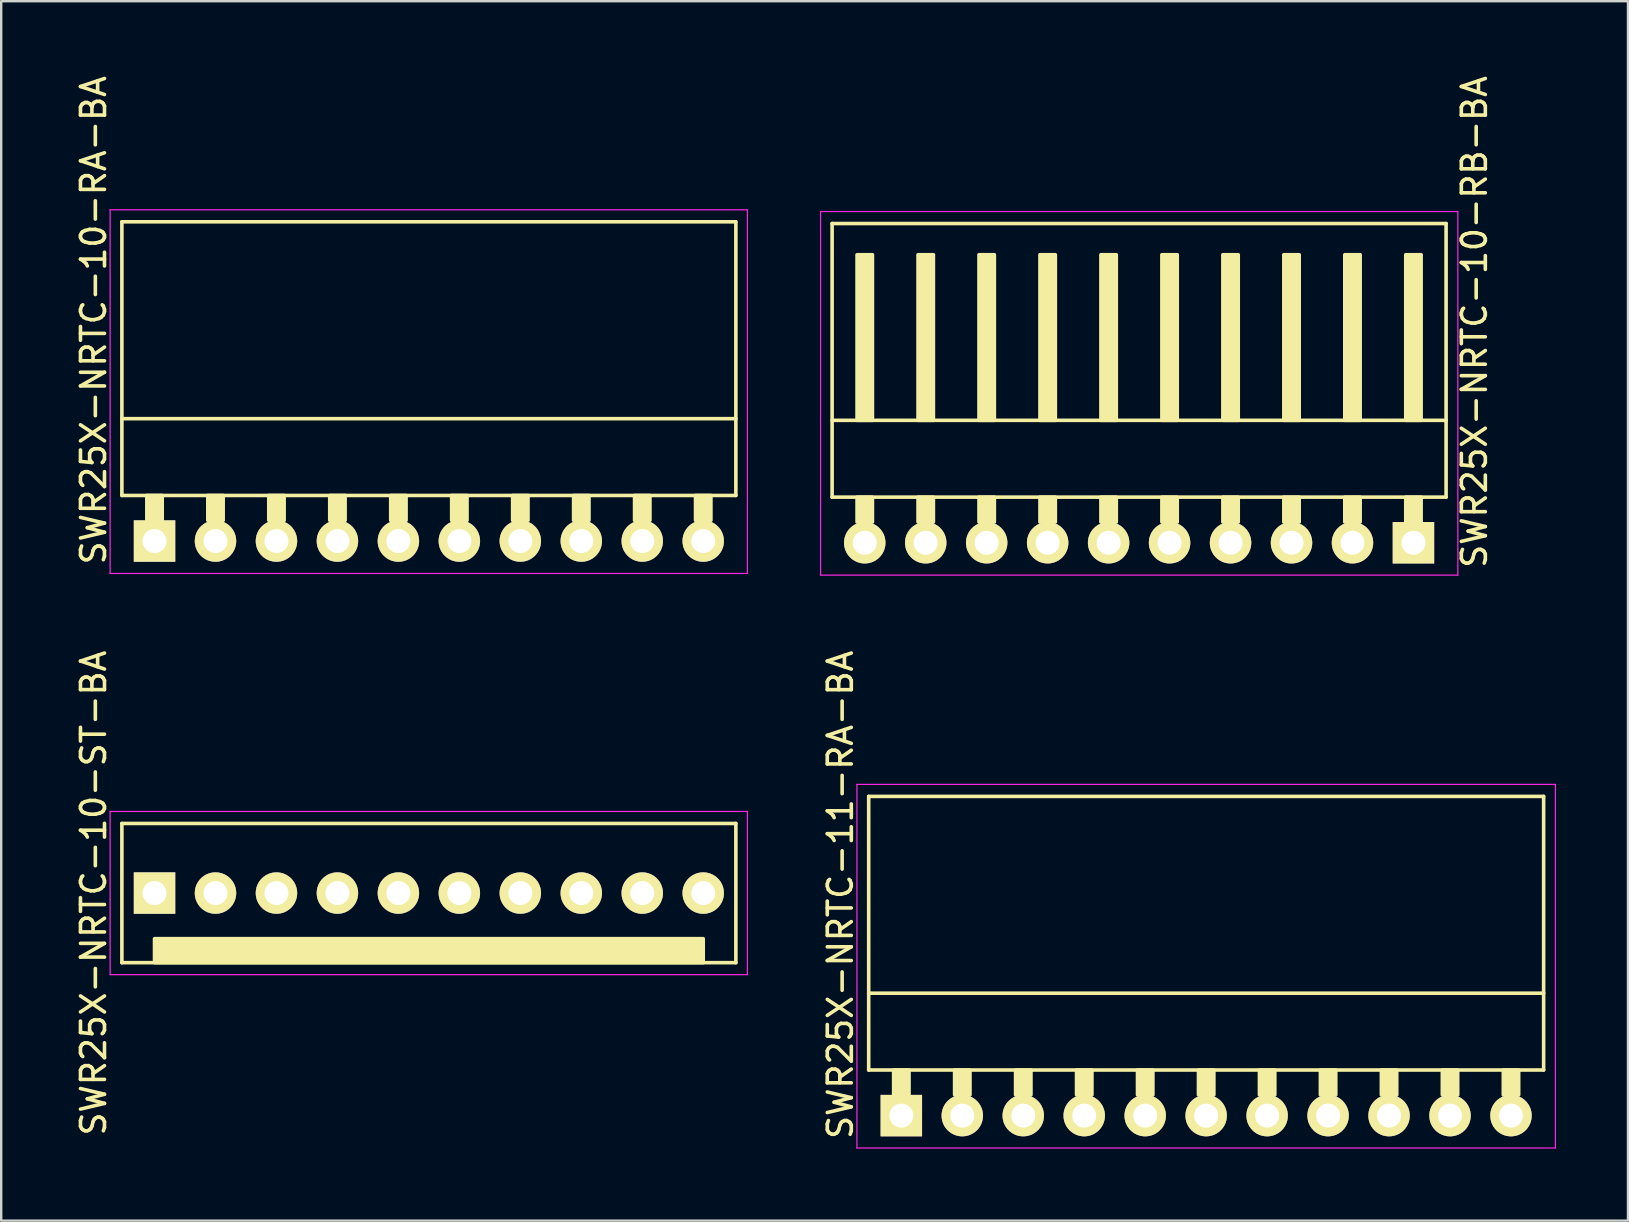
<source format=kicad_pcb>
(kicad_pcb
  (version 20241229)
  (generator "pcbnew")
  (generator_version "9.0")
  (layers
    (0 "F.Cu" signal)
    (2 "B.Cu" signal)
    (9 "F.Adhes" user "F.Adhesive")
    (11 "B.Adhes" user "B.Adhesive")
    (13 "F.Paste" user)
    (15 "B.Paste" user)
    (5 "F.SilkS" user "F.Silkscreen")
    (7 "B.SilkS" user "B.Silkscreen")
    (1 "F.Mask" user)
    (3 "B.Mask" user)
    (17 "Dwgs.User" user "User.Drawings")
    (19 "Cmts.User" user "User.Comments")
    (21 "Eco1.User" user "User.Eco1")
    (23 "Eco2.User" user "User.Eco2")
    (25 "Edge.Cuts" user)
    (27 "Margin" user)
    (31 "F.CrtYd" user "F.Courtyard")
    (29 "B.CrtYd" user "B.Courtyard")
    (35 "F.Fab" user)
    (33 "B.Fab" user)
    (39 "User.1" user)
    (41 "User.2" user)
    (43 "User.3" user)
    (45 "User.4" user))
  (footprint "SWR25X-NRTC-10-ST-BA"
    (layer "F.Cu")
    (at 3.388 34.158)
    (property "Reference" "SWR25X-NRTC-10-ST-BA" (at -2.54 0 270) (layer "F.SilkS") (effects (font (size 1 1) (thickness 0.15))))
    (attr through_hole)
    (fp_line (start -1.36 -2.9) (end 24.22 -2.9) (stroke (width 0.15) (type solid)) (layer "F.SilkS"))
    (fp_line (start -1.36 2.9) (end -1.36 -2.9) (stroke (width 0.15) (type solid)) (layer "F.SilkS"))
    (fp_line (start -1.36 2.9) (end 24.22 2.9) (stroke (width 0.15) (type solid)) (layer "F.SilkS"))
    (fp_line (start 24.22 2.9) (end 24.22 -2.9) (stroke (width 0.15) (type solid)) (layer "F.SilkS"))
    (fp_poly (pts (xy 22.86 2.9) (xy 0 2.9) (xy 0 1.9) (xy 22.86 1.9)) (stroke (width 0.15) (type solid)) (fill yes) (layer "F.SilkS"))
    (fp_line (start -1.85 -3.4) (end 24.7 -3.4) (stroke (width 0.05) (type solid)) (layer "F.CrtYd"))
    (fp_line (start -1.85 3.4) (end -1.85 -3.4) (stroke (width 0.05) (type solid)) (layer "F.CrtYd"))
    (fp_line (start -1.85 3.4) (end 24.7 3.4) (stroke (width 0.05) (type solid)) (layer "F.CrtYd"))
    (fp_line (start 24.7 3.4) (end 24.7 -3.4) (stroke (width 0.05) (type solid)) (layer "F.CrtYd"))
    (pad "1" thru_hole rect (at 0 0) (size 1.727 1.727) (drill 1) (layers "*.Cu" "*.Mask" "F.SilkS"))
    (pad "2" thru_hole circle (at 2.54 0) (size 1.727 1.727) (drill 1) (layers "*.Cu" "*.Mask" "F.SilkS"))
    (pad "3" thru_hole circle (at 5.08 0) (size 1.727 1.727) (drill 1) (layers "*.Cu" "*.Mask" "F.SilkS"))
    (pad "4" thru_hole circle (at 7.62 0) (size 1.727 1.727) (drill 1) (layers "*.Cu" "*.Mask" "F.SilkS"))
    (pad "5" thru_hole circle (at 10.16 0) (size 1.727 1.727) (drill 1) (layers "*.Cu" "*.Mask" "F.SilkS"))
    (pad "6" thru_hole circle (at 12.7 0) (size 1.727 1.727) (drill 1) (layers "*.Cu" "*.Mask" "F.SilkS"))
    (pad "7" thru_hole circle (at 15.24 0) (size 1.727 1.727) (drill 1) (layers "*.Cu" "*.Mask" "F.SilkS"))
    (pad "8" thru_hole circle (at 17.78 0) (size 1.727 1.727) (drill 1) (layers "*.Cu" "*.Mask" "F.SilkS"))
    (pad "9" thru_hole circle (at 20.32 0) (size 1.727 1.727) (drill 1) (layers "*.Cu" "*.Mask" "F.SilkS"))
    (pad "10" thru_hole circle (at 22.86 0) (size 1.727 1.727) (drill 1) (layers "*.Cu" "*.Mask" "F.SilkS")))
  (footprint "SWR25X-NRTC-10-RA-BA"
    (layer "F.Cu")
    (at 3.388 19.492)
    (property "Reference" "SWR25X-NRTC-10-RA-BA" (at -2.54 -9.2 270) (layer "F.SilkS") (effects (font (size 1 1) (thickness 0.15))))
    (attr through_hole)
    (fp_line (start -1.36 -13.3) (end -1.36 -1.9) (stroke (width 0.15) (type solid)) (layer "F.SilkS"))
    (fp_line (start -1.36 -13.3) (end 24.22 -13.3) (stroke (width 0.15) (type solid)) (layer "F.SilkS"))
    (fp_line (start -1.36 -5.1) (end 24.22 -5.1) (stroke (width 0.15) (type solid)) (layer "F.SilkS"))
    (fp_line (start -1.36 -1.9) (end 24.22 -1.9) (stroke (width 0.15) (type solid)) (layer "F.SilkS"))
    (fp_line (start 24.22 -13.3) (end 24.22 -1.9) (stroke (width 0.15) (type solid)) (layer "F.SilkS"))
    (fp_poly (pts (xy 0.32 -1.9) (xy -0.32 -1.9) (xy -0.32 -0.864) (xy 0.32 -0.864)) (stroke (width 0.15) (type solid)) (fill yes) (layer "F.SilkS"))
    (fp_poly (pts (xy 2.86 -1.9) (xy 2.22 -1.9) (xy 2.22 -0.864) (xy 2.86 -0.864)) (stroke (width 0.15) (type solid)) (fill yes) (layer "F.SilkS"))
    (fp_poly (pts (xy 5.4 -1.9) (xy 4.76 -1.9) (xy 4.76 -0.864) (xy 5.4 -0.864)) (stroke (width 0.15) (type solid)) (fill yes) (layer "F.SilkS"))
    (fp_poly (pts (xy 7.94 -1.9) (xy 7.3 -1.9) (xy 7.3 -0.864) (xy 7.94 -0.864)) (stroke (width 0.15) (type solid)) (fill yes) (layer "F.SilkS"))
    (fp_poly (pts (xy 10.48 -1.9) (xy 9.84 -1.9) (xy 9.84 -0.864) (xy 10.48 -0.864)) (stroke (width 0.15) (type solid)) (fill yes) (layer "F.SilkS"))
    (fp_poly (pts (xy 13.02 -1.9) (xy 12.38 -1.9) (xy 12.38 -0.864) (xy 13.02 -0.864)) (stroke (width 0.15) (type solid)) (fill yes) (layer "F.SilkS"))
    (fp_poly (pts (xy 15.56 -1.9) (xy 14.92 -1.9) (xy 14.92 -0.864) (xy 15.56 -0.864)) (stroke (width 0.15) (type solid)) (fill yes) (layer "F.SilkS"))
    (fp_poly (pts (xy 18.1 -1.9) (xy 17.46 -1.9) (xy 17.46 -0.864) (xy 18.1 -0.864)) (stroke (width 0.15) (type solid)) (fill yes) (layer "F.SilkS"))
    (fp_poly (pts (xy 20.64 -1.9) (xy 20 -1.9) (xy 20 -0.864) (xy 20.64 -0.864)) (stroke (width 0.15) (type solid)) (fill yes) (layer "F.SilkS"))
    (fp_poly (pts (xy 23.18 -1.9) (xy 22.54 -1.9) (xy 22.54 -0.864) (xy 23.18 -0.864)) (stroke (width 0.15) (type solid)) (fill yes) (layer "F.SilkS"))
    (fp_line (start -1.85 -13.8) (end -1.85 1.35) (stroke (width 0.05) (type solid)) (layer "F.CrtYd"))
    (fp_line (start -1.85 -13.8) (end 24.7 -13.8) (stroke (width 0.05) (type solid)) (layer "F.CrtYd"))
    (fp_line (start -1.85 1.35) (end 24.7 1.35) (stroke (width 0.05) (type solid)) (layer "F.CrtYd"))
    (fp_line (start 24.7 -13.8) (end 24.7 1.35) (stroke (width 0.05) (type solid)) (layer "F.CrtYd"))
    (pad "1" thru_hole rect (at 0 0) (size 1.727 1.727) (drill 1) (layers "*.Cu" "*.Mask" "F.SilkS"))
    (pad "2" thru_hole circle (at 2.54 0) (size 1.727 1.727) (drill 1) (layers "*.Cu" "*.Mask" "F.SilkS"))
    (pad "3" thru_hole circle (at 5.08 0) (size 1.727 1.727) (drill 1) (layers "*.Cu" "*.Mask" "F.SilkS"))
    (pad "4" thru_hole circle (at 7.62 0) (size 1.727 1.727) (drill 1) (layers "*.Cu" "*.Mask" "F.SilkS"))
    (pad "5" thru_hole circle (at 10.16 0) (size 1.727 1.727) (drill 1) (layers "*.Cu" "*.Mask" "F.SilkS"))
    (pad "6" thru_hole circle (at 12.7 0) (size 1.727 1.727) (drill 1) (layers "*.Cu" "*.Mask" "F.SilkS"))
    (pad "7" thru_hole circle (at 15.24 0) (size 1.727 1.727) (drill 1) (layers "*.Cu" "*.Mask" "F.SilkS"))
    (pad "8" thru_hole circle (at 17.78 0) (size 1.727 1.727) (drill 1) (layers "*.Cu" "*.Mask" "F.SilkS"))
    (pad "9" thru_hole circle (at 20.32 0) (size 1.727 1.727) (drill 1) (layers "*.Cu" "*.Mask" "F.SilkS"))
    (pad "10" thru_hole circle (at 22.86 0) (size 1.727 1.727) (drill 1) (layers "*.Cu" "*.Mask" "F.SilkS")))
  (footprint "SWR25X-NRTC-11-RA-BA"
    (layer "F.Cu")
    (at 34.502 43.43)
    (property "Reference" "SWR25X-NRTC-11-RA-BA" (at -2.54 -9.2 270) (layer "F.SilkS") (effects (font (size 1 1) (thickness 0.15))))
    (attr through_hole)
    (fp_line (start -1.36 -13.3) (end -1.36 -1.9) (stroke (width 0.15) (type solid)) (layer "F.SilkS"))
    (fp_line (start -1.36 -13.3) (end 26.76 -13.3) (stroke (width 0.15) (type solid)) (layer "F.SilkS"))
    (fp_line (start -1.36 -5.1) (end 26.76 -5.1) (stroke (width 0.15) (type solid)) (layer "F.SilkS"))
    (fp_line (start -1.36 -1.9) (end 26.76 -1.9) (stroke (width 0.15) (type solid)) (layer "F.SilkS"))
    (fp_line (start 26.76 -13.3) (end 26.76 -1.9) (stroke (width 0.15) (type solid)) (layer "F.SilkS"))
    (fp_poly (pts (xy 0.32 -1.9) (xy -0.32 -1.9) (xy -0.32 -0.864) (xy 0.32 -0.864)) (stroke (width 0.15) (type solid)) (fill yes) (layer "F.SilkS"))
    (fp_poly (pts (xy 2.86 -1.9) (xy 2.22 -1.9) (xy 2.22 -0.864) (xy 2.86 -0.864)) (stroke (width 0.15) (type solid)) (fill yes) (layer "F.SilkS"))
    (fp_poly (pts (xy 5.4 -1.9) (xy 4.76 -1.9) (xy 4.76 -0.864) (xy 5.4 -0.864)) (stroke (width 0.15) (type solid)) (fill yes) (layer "F.SilkS"))
    (fp_poly (pts (xy 7.94 -1.9) (xy 7.3 -1.9) (xy 7.3 -0.864) (xy 7.94 -0.864)) (stroke (width 0.15) (type solid)) (fill yes) (layer "F.SilkS"))
    (fp_poly (pts (xy 10.48 -1.9) (xy 9.84 -1.9) (xy 9.84 -0.864) (xy 10.48 -0.864)) (stroke (width 0.15) (type solid)) (fill yes) (layer "F.SilkS"))
    (fp_poly (pts (xy 13.02 -1.9) (xy 12.38 -1.9) (xy 12.38 -0.864) (xy 13.02 -0.864)) (stroke (width 0.15) (type solid)) (fill yes) (layer "F.SilkS"))
    (fp_poly (pts (xy 15.56 -1.9) (xy 14.92 -1.9) (xy 14.92 -0.864) (xy 15.56 -0.864)) (stroke (width 0.15) (type solid)) (fill yes) (layer "F.SilkS"))
    (fp_poly (pts (xy 18.1 -1.9) (xy 17.46 -1.9) (xy 17.46 -0.864) (xy 18.1 -0.864)) (stroke (width 0.15) (type solid)) (fill yes) (layer "F.SilkS"))
    (fp_poly (pts (xy 20.64 -1.9) (xy 20 -1.9) (xy 20 -0.864) (xy 20.64 -0.864)) (stroke (width 0.15) (type solid)) (fill yes) (layer "F.SilkS"))
    (fp_poly (pts (xy 23.18 -1.9) (xy 22.54 -1.9) (xy 22.54 -0.864) (xy 23.18 -0.864)) (stroke (width 0.15) (type solid)) (fill yes) (layer "F.SilkS"))
    (fp_poly (pts (xy 25.72 -1.9) (xy 25.08 -1.9) (xy 25.08 -0.864) (xy 25.72 -0.864)) (stroke (width 0.15) (type solid)) (fill yes) (layer "F.SilkS"))
    (fp_line (start -1.85 -13.8) (end -1.85 1.35) (stroke (width 0.05) (type solid)) (layer "F.CrtYd"))
    (fp_line (start -1.85 -13.8) (end 27.25 -13.8) (stroke (width 0.05) (type solid)) (layer "F.CrtYd"))
    (fp_line (start -1.85 1.35) (end 27.25 1.35) (stroke (width 0.05) (type solid)) (layer "F.CrtYd"))
    (fp_line (start 27.25 -13.8) (end 27.25 1.35) (stroke (width 0.05) (type solid)) (layer "F.CrtYd"))
    (pad "1" thru_hole rect (at 0 0) (size 1.727 1.727) (drill 1) (layers "*.Cu" "*.Mask" "F.SilkS"))
    (pad "2" thru_hole circle (at 2.54 0) (size 1.727 1.727) (drill 1) (layers "*.Cu" "*.Mask" "F.SilkS"))
    (pad "3" thru_hole circle (at 5.08 0) (size 1.727 1.727) (drill 1) (layers "*.Cu" "*.Mask" "F.SilkS"))
    (pad "4" thru_hole circle (at 7.62 0) (size 1.727 1.727) (drill 1) (layers "*.Cu" "*.Mask" "F.SilkS"))
    (pad "5" thru_hole circle (at 10.16 0) (size 1.727 1.727) (drill 1) (layers "*.Cu" "*.Mask" "F.SilkS"))
    (pad "6" thru_hole circle (at 12.7 0) (size 1.727 1.727) (drill 1) (layers "*.Cu" "*.Mask" "F.SilkS"))
    (pad "7" thru_hole circle (at 15.24 0) (size 1.727 1.727) (drill 1) (layers "*.Cu" "*.Mask" "F.SilkS"))
    (pad "8" thru_hole circle (at 17.78 0) (size 1.727 1.727) (drill 1) (layers "*.Cu" "*.Mask" "F.SilkS"))
    (pad "9" thru_hole circle (at 20.32 0) (size 1.727 1.727) (drill 1) (layers "*.Cu" "*.Mask" "F.SilkS"))
    (pad "10" thru_hole circle (at 22.86 0) (size 1.727 1.727) (drill 1) (layers "*.Cu" "*.Mask" "F.SilkS"))
    (pad "11" thru_hole circle (at 25.4 0) (size 1.727 1.727) (drill 1) (layers "*.Cu" "*.Mask" "F.SilkS")))
  (footprint "SWR25X-NRTC-10-RB-BA"
    (layer "F.Cu")
    (at 55.838 19.563)
    (property "Reference" "SWR25X-NRTC-10-RB-BA" (at 2.54 -9.2 270) (layer "F.SilkS") (effects (font (size 1 1) (thickness 0.15))))
    (attr through_hole)
    (fp_line (start -24.22 -13.3) (end -24.22 -1.9) (stroke (width 0.15) (type solid)) (layer "F.SilkS"))
    (fp_line (start 1.36 -13.3) (end -24.22 -13.3) (stroke (width 0.15) (type solid)) (layer "F.SilkS"))
    (fp_line (start 1.36 -13.3) (end 1.36 -1.9) (stroke (width 0.15) (type solid)) (layer "F.SilkS"))
    (fp_line (start 1.36 -5.1) (end -24.22 -5.1) (stroke (width 0.15) (type solid)) (layer "F.SilkS"))
    (fp_line (start 1.36 -1.9) (end -24.22 -1.9) (stroke (width 0.15) (type solid)) (layer "F.SilkS"))
    (fp_poly (pts (xy -22.54 -5.1) (xy -23.18 -5.1) (xy -23.18 -12) (xy -22.54 -12)) (stroke (width 0.15) (type solid)) (fill yes) (layer "F.SilkS"))
    (fp_poly (pts (xy -22.54 -1.9) (xy -23.18 -1.9) (xy -23.18 -0.864) (xy -22.54 -0.864)) (stroke (width 0.15) (type solid)) (fill yes) (layer "F.SilkS"))
    (fp_poly (pts (xy -20 -5.1) (xy -20.64 -5.1) (xy -20.64 -12) (xy -20 -12)) (stroke (width 0.15) (type solid)) (fill yes) (layer "F.SilkS"))
    (fp_poly (pts (xy -20 -1.9) (xy -20.64 -1.9) (xy -20.64 -0.864) (xy -20 -0.864)) (stroke (width 0.15) (type solid)) (fill yes) (layer "F.SilkS"))
    (fp_poly (pts (xy -17.46 -5.1) (xy -18.1 -5.1) (xy -18.1 -12) (xy -17.46 -12)) (stroke (width 0.15) (type solid)) (fill yes) (layer "F.SilkS"))
    (fp_poly (pts (xy -17.46 -1.9) (xy -18.1 -1.9) (xy -18.1 -0.864) (xy -17.46 -0.864)) (stroke (width 0.15) (type solid)) (fill yes) (layer "F.SilkS"))
    (fp_poly (pts (xy -14.92 -5.1) (xy -15.56 -5.1) (xy -15.56 -12) (xy -14.92 -12)) (stroke (width 0.15) (type solid)) (fill yes) (layer "F.SilkS"))
    (fp_poly (pts (xy -14.92 -1.9) (xy -15.56 -1.9) (xy -15.56 -0.864) (xy -14.92 -0.864)) (stroke (width 0.15) (type solid)) (fill yes) (layer "F.SilkS"))
    (fp_poly (pts (xy -12.38 -5.1) (xy -13.02 -5.1) (xy -13.02 -12) (xy -12.38 -12)) (stroke (width 0.15) (type solid)) (fill yes) (layer "F.SilkS"))
    (fp_poly (pts (xy -12.38 -1.9) (xy -13.02 -1.9) (xy -13.02 -0.864) (xy -12.38 -0.864)) (stroke (width 0.15) (type solid)) (fill yes) (layer "F.SilkS"))
    (fp_poly (pts (xy -9.84 -5.1) (xy -10.48 -5.1) (xy -10.48 -12) (xy -9.84 -12)) (stroke (width 0.15) (type solid)) (fill yes) (layer "F.SilkS"))
    (fp_poly (pts (xy -9.84 -1.9) (xy -10.48 -1.9) (xy -10.48 -0.864) (xy -9.84 -0.864)) (stroke (width 0.15) (type solid)) (fill yes) (layer "F.SilkS"))
    (fp_poly (pts (xy -7.3 -5.1) (xy -7.94 -5.1) (xy -7.94 -12) (xy -7.3 -12)) (stroke (width 0.15) (type solid)) (fill yes) (layer "F.SilkS"))
    (fp_poly (pts (xy -7.3 -1.9) (xy -7.94 -1.9) (xy -7.94 -0.864) (xy -7.3 -0.864)) (stroke (width 0.15) (type solid)) (fill yes) (layer "F.SilkS"))
    (fp_poly (pts (xy -4.76 -5.1) (xy -5.4 -5.1) (xy -5.4 -12) (xy -4.76 -12)) (stroke (width 0.15) (type solid)) (fill yes) (layer "F.SilkS"))
    (fp_poly (pts (xy -4.76 -1.9) (xy -5.4 -1.9) (xy -5.4 -0.864) (xy -4.76 -0.864)) (stroke (width 0.15) (type solid)) (fill yes) (layer "F.SilkS"))
    (fp_poly (pts (xy -2.22 -5.1) (xy -2.86 -5.1) (xy -2.86 -12) (xy -2.22 -12)) (stroke (width 0.15) (type solid)) (fill yes) (layer "F.SilkS"))
    (fp_poly (pts (xy -2.22 -1.9) (xy -2.86 -1.9) (xy -2.86 -0.864) (xy -2.22 -0.864)) (stroke (width 0.15) (type solid)) (fill yes) (layer "F.SilkS"))
    (fp_poly (pts (xy 0.32 -5.1) (xy -0.32 -5.1) (xy -0.32 -12) (xy 0.32 -12)) (stroke (width 0.15) (type solid)) (fill yes) (layer "F.SilkS"))
    (fp_poly (pts (xy 0.32 -1.9) (xy -0.32 -1.9) (xy -0.32 -0.864) (xy 0.32 -0.864)) (stroke (width 0.15) (type solid)) (fill yes) (layer "F.SilkS"))
    (fp_line (start -24.7 -13.8) (end -24.7 1.35) (stroke (width 0.05) (type solid)) (layer "F.CrtYd"))
    (fp_line (start 1.85 -13.8) (end -24.7 -13.8) (stroke (width 0.05) (type solid)) (layer "F.CrtYd"))
    (fp_line (start 1.85 -13.8) (end 1.85 1.35) (stroke (width 0.05) (type solid)) (layer "F.CrtYd"))
    (fp_line (start 1.85 1.35) (end -24.7 1.35) (stroke (width 0.05) (type solid)) (layer "F.CrtYd"))
    (pad "1" thru_hole rect (at 0 0) (size 1.727 1.727) (drill 1) (layers "*.Cu" "*.Mask" "F.SilkS"))
    (pad "2" thru_hole circle (at -2.54 0) (size 1.727 1.727) (drill 1) (layers "*.Cu" "*.Mask" "F.SilkS"))
    (pad "3" thru_hole circle (at -5.08 0) (size 1.727 1.727) (drill 1) (layers "*.Cu" "*.Mask" "F.SilkS"))
    (pad "4" thru_hole circle (at -7.62 0) (size 1.727 1.727) (drill 1) (layers "*.Cu" "*.Mask" "F.SilkS"))
    (pad "5" thru_hole circle (at -10.16 0) (size 1.727 1.727) (drill 1) (layers "*.Cu" "*.Mask" "F.SilkS"))
    (pad "6" thru_hole circle (at -12.7 0) (size 1.727 1.727) (drill 1) (layers "*.Cu" "*.Mask" "F.SilkS"))
    (pad "7" thru_hole circle (at -15.24 0) (size 1.727 1.727) (drill 1) (layers "*.Cu" "*.Mask" "F.SilkS"))
    (pad "8" thru_hole circle (at -17.78 0) (size 1.727 1.727) (drill 1) (layers "*.Cu" "*.Mask" "F.SilkS"))
    (pad "9" thru_hole circle (at -20.32 0) (size 1.727 1.727) (drill 1) (layers "*.Cu" "*.Mask" "F.SilkS"))
    (pad "10" thru_hole circle (at -22.86 0) (size 1.727 1.727) (drill 1) (layers "*.Cu" "*.Mask" "F.SilkS")))
  (gr_rect
    (start -3 -3)
    (end 64.776 47.805)
    (stroke (width 0.1) (type default))
    (fill no)
    (layer "Edge.Cuts")))
</source>
